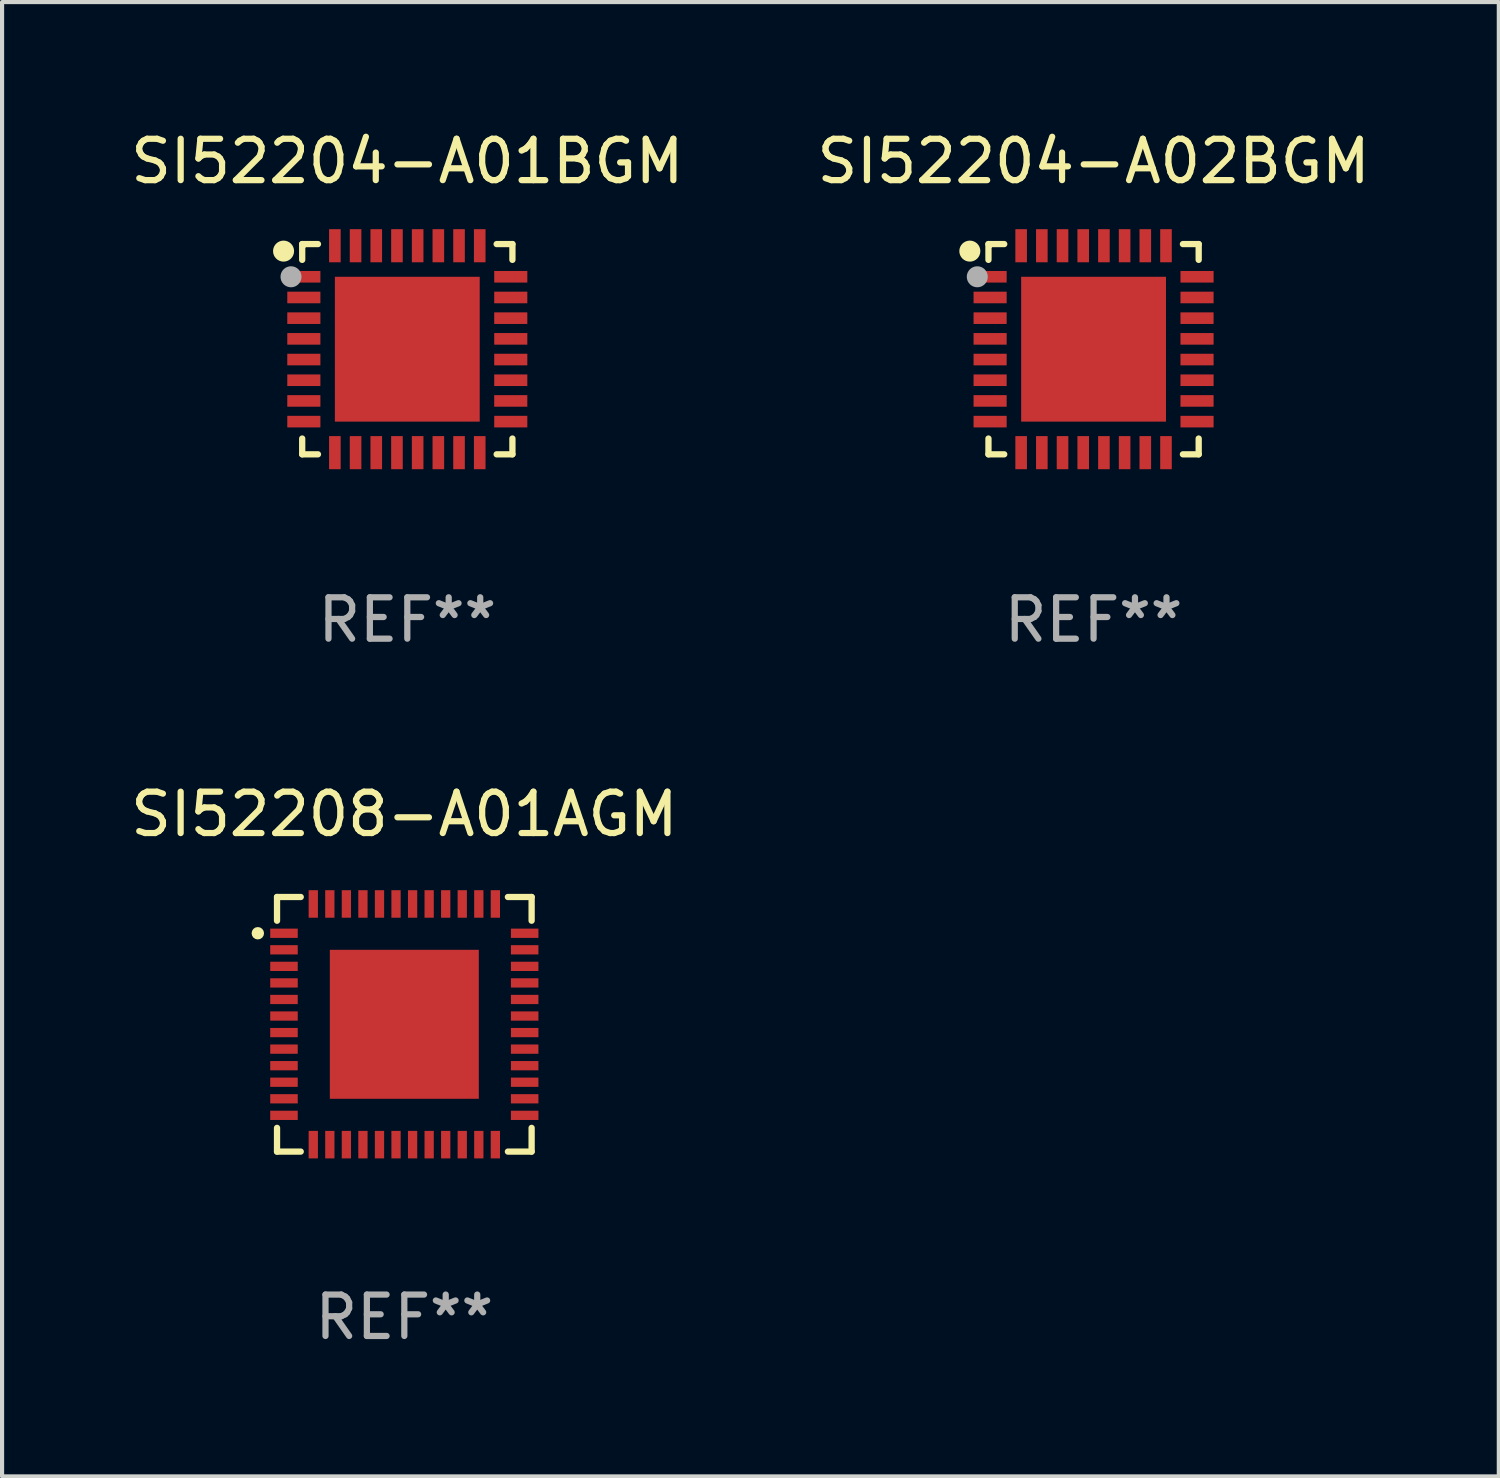
<source format=kicad_pcb>
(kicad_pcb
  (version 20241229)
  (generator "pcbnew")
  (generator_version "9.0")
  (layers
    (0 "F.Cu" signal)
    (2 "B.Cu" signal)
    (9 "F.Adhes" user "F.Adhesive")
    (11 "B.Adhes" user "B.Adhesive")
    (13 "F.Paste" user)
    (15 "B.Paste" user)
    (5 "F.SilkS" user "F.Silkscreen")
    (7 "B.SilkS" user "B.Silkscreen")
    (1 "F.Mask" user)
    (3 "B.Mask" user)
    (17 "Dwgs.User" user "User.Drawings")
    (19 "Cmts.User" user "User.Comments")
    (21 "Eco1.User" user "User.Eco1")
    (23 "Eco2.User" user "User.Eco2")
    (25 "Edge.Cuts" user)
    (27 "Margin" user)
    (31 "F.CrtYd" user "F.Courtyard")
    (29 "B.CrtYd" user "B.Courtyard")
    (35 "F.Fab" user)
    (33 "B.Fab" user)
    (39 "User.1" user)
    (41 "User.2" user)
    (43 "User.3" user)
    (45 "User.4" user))
  (footprint "SI52208-A01AGM"
    (layer "F.Cu")
    (at 6.72 21.701)
    (property "Reference" "SI52208-A01AGM" (at 0 -5.076 0) (layer "F.SilkS") (effects (font (size 1 1) (thickness 0.15))))
    (attr through_hole)
    (fp_line (start -3.076 -3.076) (end -3.076 -2.503) (stroke (width 0.152) (type solid)) (layer "F.SilkS"))
    (fp_line (start -3.076 3.076) (end -3.076 2.503) (stroke (width 0.152) (type solid)) (layer "F.SilkS"))
    (fp_line (start -2.503 -3.076) (end -3.076 -3.076) (stroke (width 0.152) (type solid)) (layer "F.SilkS"))
    (fp_line (start -2.503 3.076) (end -3.076 3.076) (stroke (width 0.152) (type solid)) (layer "F.SilkS"))
    (fp_line (start 2.503 -3.076) (end 3.076 -3.076) (stroke (width 0.152) (type solid)) (layer "F.SilkS"))
    (fp_line (start 2.503 3.076) (end 3.076 3.076) (stroke (width 0.152) (type solid)) (layer "F.SilkS"))
    (fp_line (start 3.076 -3.076) (end 3.076 -2.503) (stroke (width 0.152) (type solid)) (layer "F.SilkS"))
    (fp_line (start 3.076 3.076) (end 3.076 2.503) (stroke (width 0.152) (type solid)) (layer "F.SilkS"))
    (fp_circle (center -3.54 -2.2) (end -3.465 -2.2) (stroke (width 0.15) (type solid)) (fill no) (layer "F.SilkS"))
    (fp_text user "REF**" (at 0 7.076 0) (layer "F.Fab") (effects (font (size 1 1) (thickness 0.15))))
    (pad "1" smd rect (at -2.908 -2.2) (size 0.665 0.224) (layers "F.Cu" "F.Mask" "F.Paste"))
    (pad "2" smd rect (at -2.908 -1.8) (size 0.665 0.224) (layers "F.Cu" "F.Mask" "F.Paste"))
    (pad "3" smd rect (at -2.908 -1.4) (size 0.665 0.224) (layers "F.Cu" "F.Mask" "F.Paste"))
    (pad "4" smd rect (at -2.908 -1) (size 0.665 0.224) (layers "F.Cu" "F.Mask" "F.Paste"))
    (pad "5" smd rect (at -2.908 -0.6) (size 0.665 0.224) (layers "F.Cu" "F.Mask" "F.Paste"))
    (pad "6" smd rect (at -2.908 -0.2) (size 0.665 0.224) (layers "F.Cu" "F.Mask" "F.Paste"))
    (pad "7" smd rect (at -2.908 0.2) (size 0.665 0.224) (layers "F.Cu" "F.Mask" "F.Paste"))
    (pad "8" smd rect (at -2.908 0.6) (size 0.665 0.224) (layers "F.Cu" "F.Mask" "F.Paste"))
    (pad "9" smd rect (at -2.908 1) (size 0.665 0.224) (layers "F.Cu" "F.Mask" "F.Paste"))
    (pad "10" smd rect (at -2.908 1.4) (size 0.665 0.224) (layers "F.Cu" "F.Mask" "F.Paste"))
    (pad "11" smd rect (at -2.908 1.8) (size 0.665 0.224) (layers "F.Cu" "F.Mask" "F.Paste"))
    (pad "12" smd rect (at -2.908 2.2) (size 0.665 0.224) (layers "F.Cu" "F.Mask" "F.Paste"))
    (pad "13" smd rect (at -2.2 2.908) (size 0.224 0.665) (layers "F.Cu" "F.Mask" "F.Paste"))
    (pad "14" smd rect (at -1.8 2.908) (size 0.224 0.665) (layers "F.Cu" "F.Mask" "F.Paste"))
    (pad "15" smd rect (at -1.4 2.908) (size 0.224 0.665) (layers "F.Cu" "F.Mask" "F.Paste"))
    (pad "16" smd rect (at -1 2.908) (size 0.224 0.665) (layers "F.Cu" "F.Mask" "F.Paste"))
    (pad "17" smd rect (at -0.6 2.908) (size 0.224 0.665) (layers "F.Cu" "F.Mask" "F.Paste"))
    (pad "18" smd rect (at -0.2 2.908) (size 0.224 0.665) (layers "F.Cu" "F.Mask" "F.Paste"))
    (pad "19" smd rect (at 0.2 2.908) (size 0.224 0.665) (layers "F.Cu" "F.Mask" "F.Paste"))
    (pad "20" smd rect (at 0.6 2.908) (size 0.224 0.665) (layers "F.Cu" "F.Mask" "F.Paste"))
    (pad "21" smd rect (at 1 2.908) (size 0.224 0.665) (layers "F.Cu" "F.Mask" "F.Paste"))
    (pad "22" smd rect (at 1.4 2.908) (size 0.224 0.665) (layers "F.Cu" "F.Mask" "F.Paste"))
    (pad "23" smd rect (at 1.8 2.908) (size 0.224 0.665) (layers "F.Cu" "F.Mask" "F.Paste"))
    (pad "24" smd rect (at 2.2 2.908) (size 0.224 0.665) (layers "F.Cu" "F.Mask" "F.Paste"))
    (pad "25" smd rect (at 2.908 2.2) (size 0.665 0.224) (layers "F.Cu" "F.Mask" "F.Paste"))
    (pad "26" smd rect (at 2.908 1.8) (size 0.665 0.224) (layers "F.Cu" "F.Mask" "F.Paste"))
    (pad "27" smd rect (at 2.908 1.4) (size 0.665 0.224) (layers "F.Cu" "F.Mask" "F.Paste"))
    (pad "28" smd rect (at 2.908 1) (size 0.665 0.224) (layers "F.Cu" "F.Mask" "F.Paste"))
    (pad "29" smd rect (at 2.908 0.6) (size 0.665 0.224) (layers "F.Cu" "F.Mask" "F.Paste"))
    (pad "30" smd rect (at 2.908 0.2) (size 0.665 0.224) (layers "F.Cu" "F.Mask" "F.Paste"))
    (pad "31" smd rect (at 2.908 -0.2) (size 0.665 0.224) (layers "F.Cu" "F.Mask" "F.Paste"))
    (pad "32" smd rect (at 2.908 -0.6) (size 0.665 0.224) (layers "F.Cu" "F.Mask" "F.Paste"))
    (pad "33" smd rect (at 2.908 -1) (size 0.665 0.224) (layers "F.Cu" "F.Mask" "F.Paste"))
    (pad "34" smd rect (at 2.908 -1.4) (size 0.665 0.224) (layers "F.Cu" "F.Mask" "F.Paste"))
    (pad "35" smd rect (at 2.908 -1.8) (size 0.665 0.224) (layers "F.Cu" "F.Mask" "F.Paste"))
    (pad "36" smd rect (at 2.908 -2.2) (size 0.665 0.224) (layers "F.Cu" "F.Mask" "F.Paste"))
    (pad "37" smd rect (at 2.2 -2.908) (size 0.224 0.665) (layers "F.Cu" "F.Mask" "F.Paste"))
    (pad "38" smd rect (at 1.8 -2.908) (size 0.224 0.665) (layers "F.Cu" "F.Mask" "F.Paste"))
    (pad "39" smd rect (at 1.4 -2.908) (size 0.224 0.665) (layers "F.Cu" "F.Mask" "F.Paste"))
    (pad "40" smd rect (at 1 -2.908) (size 0.224 0.665) (layers "F.Cu" "F.Mask" "F.Paste"))
    (pad "41" smd rect (at 0.6 -2.908) (size 0.224 0.665) (layers "F.Cu" "F.Mask" "F.Paste"))
    (pad "42" smd rect (at 0.2 -2.908) (size 0.224 0.665) (layers "F.Cu" "F.Mask" "F.Paste"))
    (pad "43" smd rect (at -0.2 -2.908) (size 0.224 0.665) (layers "F.Cu" "F.Mask" "F.Paste"))
    (pad "44" smd rect (at -0.6 -2.908) (size 0.224 0.665) (layers "F.Cu" "F.Mask" "F.Paste"))
    (pad "45" smd rect (at -1 -2.908) (size 0.224 0.665) (layers "F.Cu" "F.Mask" "F.Paste"))
    (pad "46" smd rect (at -1.4 -2.908) (size 0.224 0.665) (layers "F.Cu" "F.Mask" "F.Paste"))
    (pad "47" smd rect (at -1.8 -2.908) (size 0.224 0.665) (layers "F.Cu" "F.Mask" "F.Paste"))
    (pad "48" smd rect (at -2.2 -2.908) (size 0.224 0.665) (layers "F.Cu" "F.Mask" "F.Paste"))
    (pad "49" smd rect (at 0 0) (size 3.6 3.6) (layers "F.Cu" "F.Mask" "F.Paste")))
  (footprint "SI52204-A02BGM"
    (layer "F.Cu")
    (at 23.375 5.388)
    (property "Reference" "SI52204-A02BGM" (at 0 -4.54 0) (layer "F.SilkS") (effects (font (size 1 1) (thickness 0.15))))
    (attr through_hole)
    (fp_line (start -2.54 -2.54) (end -2.159 -2.54) (stroke (width 0.152) (type solid)) (layer "F.SilkS"))
    (fp_line (start -2.54 -2.159) (end -2.54 -2.54) (stroke (width 0.152) (type solid)) (layer "F.SilkS"))
    (fp_line (start -2.54 2.54) (end -2.54 2.159) (stroke (width 0.152) (type solid)) (layer "F.SilkS"))
    (fp_line (start -2.159 2.54) (end -2.54 2.54) (stroke (width 0.152) (type solid)) (layer "F.SilkS"))
    (fp_line (start 2.159 -2.54) (end 2.54 -2.54) (stroke (width 0.152) (type solid)) (layer "F.SilkS"))
    (fp_line (start 2.54 -2.54) (end 2.54 -2.159) (stroke (width 0.152) (type solid)) (layer "F.SilkS"))
    (fp_line (start 2.54 2.159) (end 2.54 2.54) (stroke (width 0.152) (type solid)) (layer "F.SilkS"))
    (fp_line (start 2.54 2.54) (end 2.159 2.54) (stroke (width 0.152) (type solid)) (layer "F.SilkS"))
    (fp_circle (center -2.99 -2.37) (end -2.863 -2.37) (stroke (width 0.254) (type solid)) (fill no) (layer "F.SilkS"))
    (fp_circle (center -2.5 -2.5) (end -2.47 -2.5) (stroke (width 0.06) (type solid)) (fill no) (layer "F.SilkS"))
    (fp_circle (center -2.81 -1.75) (end -2.683 -1.75) (stroke (width 0.254) (type solid)) (fill no) (layer "F.Fab"))
    (fp_text user "REF**" (at 0 6.54 0) (layer "F.Fab") (effects (font (size 1 1) (thickness 0.15))))
    (pad "1" smd rect (at -2.5 -1.75 270) (size 0.28 0.8) (layers "F.Cu" "F.Mask" "F.Paste"))
    (pad "2" smd rect (at -2.5 -1.25 270) (size 0.28 0.8) (layers "F.Cu" "F.Mask" "F.Paste"))
    (pad "3" smd rect (at -2.5 -0.75 270) (size 0.28 0.8) (layers "F.Cu" "F.Mask" "F.Paste"))
    (pad "4" smd rect (at -2.5 -0.25 270) (size 0.28 0.8) (layers "F.Cu" "F.Mask" "F.Paste"))
    (pad "5" smd rect (at -2.5 0.25 270) (size 0.28 0.8) (layers "F.Cu" "F.Mask" "F.Paste"))
    (pad "6" smd rect (at -2.5 0.75 270) (size 0.28 0.8) (layers "F.Cu" "F.Mask" "F.Paste"))
    (pad "7" smd rect (at -2.5 1.25 270) (size 0.28 0.8) (layers "F.Cu" "F.Mask" "F.Paste"))
    (pad "8" smd rect (at -2.5 1.75 270) (size 0.28 0.8) (layers "F.Cu" "F.Mask" "F.Paste"))
    (pad "9" smd rect (at -1.75 2.5 270) (size 0.8 0.28) (layers "F.Cu" "F.Mask" "F.Paste"))
    (pad "10" smd rect (at -1.25 2.5 270) (size 0.8 0.28) (layers "F.Cu" "F.Mask" "F.Paste"))
    (pad "11" smd rect (at -0.75 2.5 270) (size 0.8 0.28) (layers "F.Cu" "F.Mask" "F.Paste"))
    (pad "12" smd rect (at -0.25 2.5 270) (size 0.8 0.28) (layers "F.Cu" "F.Mask" "F.Paste"))
    (pad "13" smd rect (at 0.25 2.5 270) (size 0.8 0.28) (layers "F.Cu" "F.Mask" "F.Paste"))
    (pad "14" smd rect (at 0.75 2.5 270) (size 0.8 0.28) (layers "F.Cu" "F.Mask" "F.Paste"))
    (pad "15" smd rect (at 1.25 2.5 270) (size 0.8 0.28) (layers "F.Cu" "F.Mask" "F.Paste"))
    (pad "16" smd rect (at 1.75 2.5 270) (size 0.8 0.28) (layers "F.Cu" "F.Mask" "F.Paste"))
    (pad "17" smd rect (at 2.5 1.75 270) (size 0.28 0.8) (layers "F.Cu" "F.Mask" "F.Paste"))
    (pad "18" smd rect (at 2.5 1.25 270) (size 0.28 0.8) (layers "F.Cu" "F.Mask" "F.Paste"))
    (pad "19" smd rect (at 2.5 0.75 270) (size 0.28 0.8) (layers "F.Cu" "F.Mask" "F.Paste"))
    (pad "20" smd rect (at 2.5 0.25 270) (size 0.28 0.8) (layers "F.Cu" "F.Mask" "F.Paste"))
    (pad "21" smd rect (at 2.5 -0.25 270) (size 0.28 0.8) (layers "F.Cu" "F.Mask" "F.Paste"))
    (pad "22" smd rect (at 2.5 -0.75 270) (size 0.28 0.8) (layers "F.Cu" "F.Mask" "F.Paste"))
    (pad "23" smd rect (at 2.5 -1.25 270) (size 0.28 0.8) (layers "F.Cu" "F.Mask" "F.Paste"))
    (pad "24" smd rect (at 2.5 -1.75 270) (size 0.28 0.8) (layers "F.Cu" "F.Mask" "F.Paste"))
    (pad "25" smd rect (at 1.75 -2.5 270) (size 0.8 0.28) (layers "F.Cu" "F.Mask" "F.Paste"))
    (pad "26" smd rect (at 1.25 -2.5 270) (size 0.8 0.28) (layers "F.Cu" "F.Mask" "F.Paste"))
    (pad "27" smd rect (at 0.75 -2.5 270) (size 0.8 0.28) (layers "F.Cu" "F.Mask" "F.Paste"))
    (pad "28" smd rect (at 0.25 -2.5 270) (size 0.8 0.28) (layers "F.Cu" "F.Mask" "F.Paste"))
    (pad "29" smd rect (at -0.25 -2.5 270) (size 0.8 0.28) (layers "F.Cu" "F.Mask" "F.Paste"))
    (pad "30" smd rect (at -0.75 -2.5 270) (size 0.8 0.28) (layers "F.Cu" "F.Mask" "F.Paste"))
    (pad "31" smd rect (at -1.25 -2.5 270) (size 0.8 0.28) (layers "F.Cu" "F.Mask" "F.Paste"))
    (pad "32" smd rect (at -1.75 -2.5 270) (size 0.8 0.28) (layers "F.Cu" "F.Mask" "F.Paste"))
    (pad "33" smd rect (at -0.000102 0.000102 270) (size 3.5 3.5) (layers "F.Cu" "F.Mask" "F.Paste")))
  (footprint "SI52204-A01BGM"
    (layer "F.Cu")
    (at 6.792 5.388)
    (property "Reference" "SI52204-A01BGM" (at 0 -4.54 0) (layer "F.SilkS") (effects (font (size 1 1) (thickness 0.15))))
    (attr through_hole)
    (fp_line (start -2.54 -2.54) (end -2.159 -2.54) (stroke (width 0.152) (type solid)) (layer "F.SilkS"))
    (fp_line (start -2.54 -2.159) (end -2.54 -2.54) (stroke (width 0.152) (type solid)) (layer "F.SilkS"))
    (fp_line (start -2.54 2.54) (end -2.54 2.159) (stroke (width 0.152) (type solid)) (layer "F.SilkS"))
    (fp_line (start -2.159 2.54) (end -2.54 2.54) (stroke (width 0.152) (type solid)) (layer "F.SilkS"))
    (fp_line (start 2.159 -2.54) (end 2.54 -2.54) (stroke (width 0.152) (type solid)) (layer "F.SilkS"))
    (fp_line (start 2.54 -2.54) (end 2.54 -2.159) (stroke (width 0.152) (type solid)) (layer "F.SilkS"))
    (fp_line (start 2.54 2.159) (end 2.54 2.54) (stroke (width 0.152) (type solid)) (layer "F.SilkS"))
    (fp_line (start 2.54 2.54) (end 2.159 2.54) (stroke (width 0.152) (type solid)) (layer "F.SilkS"))
    (fp_circle (center -2.99 -2.37) (end -2.863 -2.37) (stroke (width 0.254) (type solid)) (fill no) (layer "F.SilkS"))
    (fp_circle (center -2.5 -2.5) (end -2.47 -2.5) (stroke (width 0.06) (type solid)) (fill no) (layer "F.SilkS"))
    (fp_circle (center -2.81 -1.75) (end -2.683 -1.75) (stroke (width 0.254) (type solid)) (fill no) (layer "F.Fab"))
    (fp_text user "REF**" (at 0 6.54 0) (layer "F.Fab") (effects (font (size 1 1) (thickness 0.15))))
    (pad "1" smd rect (at -2.5 -1.75 270) (size 0.28 0.8) (layers "F.Cu" "F.Mask" "F.Paste"))
    (pad "2" smd rect (at -2.5 -1.25 270) (size 0.28 0.8) (layers "F.Cu" "F.Mask" "F.Paste"))
    (pad "3" smd rect (at -2.5 -0.75 270) (size 0.28 0.8) (layers "F.Cu" "F.Mask" "F.Paste"))
    (pad "4" smd rect (at -2.5 -0.25 270) (size 0.28 0.8) (layers "F.Cu" "F.Mask" "F.Paste"))
    (pad "5" smd rect (at -2.5 0.25 270) (size 0.28 0.8) (layers "F.Cu" "F.Mask" "F.Paste"))
    (pad "6" smd rect (at -2.5 0.75 270) (size 0.28 0.8) (layers "F.Cu" "F.Mask" "F.Paste"))
    (pad "7" smd rect (at -2.5 1.25 270) (size 0.28 0.8) (layers "F.Cu" "F.Mask" "F.Paste"))
    (pad "8" smd rect (at -2.5 1.75 270) (size 0.28 0.8) (layers "F.Cu" "F.Mask" "F.Paste"))
    (pad "9" smd rect (at -1.75 2.5 270) (size 0.8 0.28) (layers "F.Cu" "F.Mask" "F.Paste"))
    (pad "10" smd rect (at -1.25 2.5 270) (size 0.8 0.28) (layers "F.Cu" "F.Mask" "F.Paste"))
    (pad "11" smd rect (at -0.75 2.5 270) (size 0.8 0.28) (layers "F.Cu" "F.Mask" "F.Paste"))
    (pad "12" smd rect (at -0.25 2.5 270) (size 0.8 0.28) (layers "F.Cu" "F.Mask" "F.Paste"))
    (pad "13" smd rect (at 0.25 2.5 270) (size 0.8 0.28) (layers "F.Cu" "F.Mask" "F.Paste"))
    (pad "14" smd rect (at 0.75 2.5 270) (size 0.8 0.28) (layers "F.Cu" "F.Mask" "F.Paste"))
    (pad "15" smd rect (at 1.25 2.5 270) (size 0.8 0.28) (layers "F.Cu" "F.Mask" "F.Paste"))
    (pad "16" smd rect (at 1.75 2.5 270) (size 0.8 0.28) (layers "F.Cu" "F.Mask" "F.Paste"))
    (pad "17" smd rect (at 2.5 1.75 270) (size 0.28 0.8) (layers "F.Cu" "F.Mask" "F.Paste"))
    (pad "18" smd rect (at 2.5 1.25 270) (size 0.28 0.8) (layers "F.Cu" "F.Mask" "F.Paste"))
    (pad "19" smd rect (at 2.5 0.75 270) (size 0.28 0.8) (layers "F.Cu" "F.Mask" "F.Paste"))
    (pad "20" smd rect (at 2.5 0.25 270) (size 0.28 0.8) (layers "F.Cu" "F.Mask" "F.Paste"))
    (pad "21" smd rect (at 2.5 -0.25 270) (size 0.28 0.8) (layers "F.Cu" "F.Mask" "F.Paste"))
    (pad "22" smd rect (at 2.5 -0.75 270) (size 0.28 0.8) (layers "F.Cu" "F.Mask" "F.Paste"))
    (pad "23" smd rect (at 2.5 -1.25 270) (size 0.28 0.8) (layers "F.Cu" "F.Mask" "F.Paste"))
    (pad "24" smd rect (at 2.5 -1.75 270) (size 0.28 0.8) (layers "F.Cu" "F.Mask" "F.Paste"))
    (pad "25" smd rect (at 1.75 -2.5 270) (size 0.8 0.28) (layers "F.Cu" "F.Mask" "F.Paste"))
    (pad "26" smd rect (at 1.25 -2.5 270) (size 0.8 0.28) (layers "F.Cu" "F.Mask" "F.Paste"))
    (pad "27" smd rect (at 0.75 -2.5 270) (size 0.8 0.28) (layers "F.Cu" "F.Mask" "F.Paste"))
    (pad "28" smd rect (at 0.25 -2.5 270) (size 0.8 0.28) (layers "F.Cu" "F.Mask" "F.Paste"))
    (pad "29" smd rect (at -0.25 -2.5 270) (size 0.8 0.28) (layers "F.Cu" "F.Mask" "F.Paste"))
    (pad "30" smd rect (at -0.75 -2.5 270) (size 0.8 0.28) (layers "F.Cu" "F.Mask" "F.Paste"))
    (pad "31" smd rect (at -1.25 -2.5 270) (size 0.8 0.28) (layers "F.Cu" "F.Mask" "F.Paste"))
    (pad "32" smd rect (at -1.75 -2.5 270) (size 0.8 0.28) (layers "F.Cu" "F.Mask" "F.Paste"))
    (pad "33" smd rect (at -0.000102 0.000102 270) (size 3.5 3.5) (layers "F.Cu" "F.Mask" "F.Paste")))
  (gr_rect
    (start -3 -3)
    (end 33.167 32.625)
    (stroke (width 0.1) (type default))
    (fill no)
    (layer "Edge.Cuts")))
</source>
